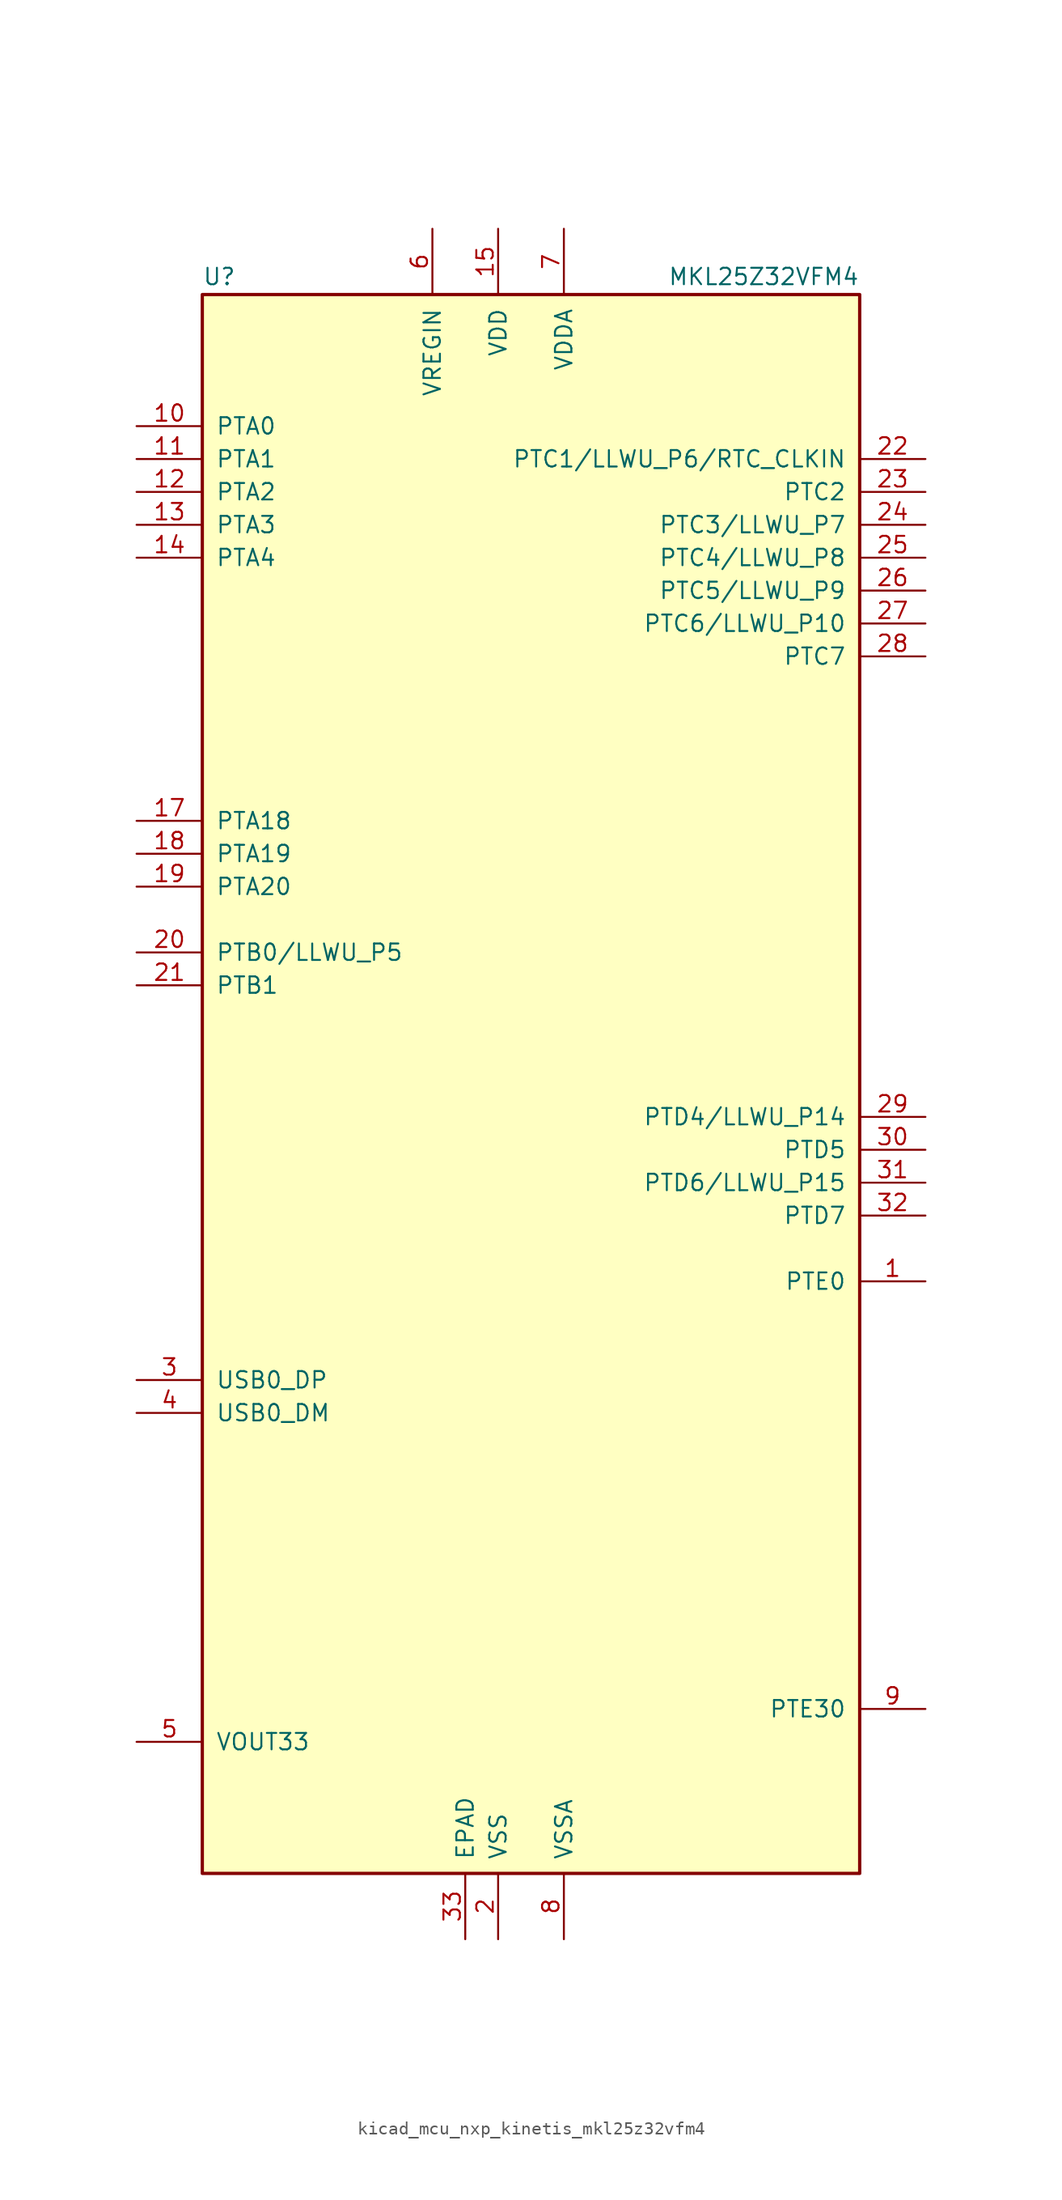
<source format=kicad_sym>
(kicad_symbol_lib
  (version 20220914)
  (generator kicad_symbol_editor)
  (symbol "kicad_mcu_nxp_kinetis_mkl25z32vfm4"
    (pin_names
      (offset 1.016))
    (property "Reference" "U"
      (at -25.4 61.595 0)
      (effects (font (size 1.27 1.27)) (justify left bottom)))
    (property "Value" "MKL25Z32VFM4"
      (at 25.4 61.595 0)
      (effects (font (size 1.27 1.27)) (justify right bottom)))
    (symbol "kicad_mcu_nxp_kinetis_mkl25z32vfm4_0_1"
      (rectangle (start -25.4 60.96) (end 25.4 -60.96) (stroke (width 0.254) (type default)) (fill (type background))))
    (symbol "kicad_mcu_nxp_kinetis_mkl25z32vfm4_1_1"
      (pin bidirectional line (at 30.48 -15.24 180) (length 5.08) (name "PTE0" (effects (font (size 1.27 1.27)))) (number "1" (effects (font (size 1.27 1.27)))))
      (pin bidirectional line (at -30.48 50.8 0) (length 5.08) (name "PTA0" (effects (font (size 1.27 1.27)))) (number "10" (effects (font (size 1.27 1.27)))))
      (pin bidirectional line (at -30.48 48.26 0) (length 5.08) (name "PTA1" (effects (font (size 1.27 1.27)))) (number "11" (effects (font (size 1.27 1.27)))))
      (pin bidirectional line (at -30.48 45.72 0) (length 5.08) (name "PTA2" (effects (font (size 1.27 1.27)))) (number "12" (effects (font (size 1.27 1.27)))))
      (pin bidirectional line (at -30.48 43.18 0) (length 5.08) (name "PTA3" (effects (font (size 1.27 1.27)))) (number "13" (effects (font (size 1.27 1.27)))))
      (pin bidirectional line (at -30.48 40.64 0) (length 5.08) (name "PTA4" (effects (font (size 1.27 1.27)))) (number "14" (effects (font (size 1.27 1.27)))))
      (pin power_in line (at -2.54 66.04 270) (length 5.08) (name "VDD" (effects (font (size 1.27 1.27)))) (number "15" (effects (font (size 1.27 1.27)))))
      (pin passive line (at -2.54 -66.04 90) (length 5.08) hide (name "VSS" (effects (font (size 1.27 1.27)))) (number "16" (effects (font (size 1.27 1.27)))))
      (pin bidirectional line (at -30.48 20.32 0) (length 5.08) (name "PTA18" (effects (font (size 1.27 1.27)))) (number "17" (effects (font (size 1.27 1.27)))))
      (pin bidirectional line (at -30.48 17.78 0) (length 5.08) (name "PTA19" (effects (font (size 1.27 1.27)))) (number "18" (effects (font (size 1.27 1.27)))))
      (pin bidirectional line (at -30.48 15.24 0) (length 5.08) (name "PTA20" (effects (font (size 1.27 1.27)))) (number "19" (effects (font (size 1.27 1.27)))))
      (pin power_in line (at -2.54 -66.04 90) (length 5.08) (name "VSS" (effects (font (size 1.27 1.27)))) (number "2" (effects (font (size 1.27 1.27)))))
      (pin bidirectional line (at -30.48 10.16 0) (length 5.08) (name "PTB0/LLWU_P5" (effects (font (size 1.27 1.27)))) (number "20" (effects (font (size 1.27 1.27)))))
      (pin bidirectional line (at -30.48 7.62 0) (length 5.08) (name "PTB1" (effects (font (size 1.27 1.27)))) (number "21" (effects (font (size 1.27 1.27)))))
      (pin bidirectional line (at 30.48 48.26 180) (length 5.08) (name "PTC1/LLWU_P6/RTC_CLKIN" (effects (font (size 1.27 1.27)))) (number "22" (effects (font (size 1.27 1.27)))))
      (pin bidirectional line (at 30.48 45.72 180) (length 5.08) (name "PTC2" (effects (font (size 1.27 1.27)))) (number "23" (effects (font (size 1.27 1.27)))))
      (pin bidirectional line (at 30.48 43.18 180) (length 5.08) (name "PTC3/LLWU_P7" (effects (font (size 1.27 1.27)))) (number "24" (effects (font (size 1.27 1.27)))))
      (pin bidirectional line (at 30.48 40.64 180) (length 5.08) (name "PTC4/LLWU_P8" (effects (font (size 1.27 1.27)))) (number "25" (effects (font (size 1.27 1.27)))))
      (pin bidirectional line (at 30.48 38.1 180) (length 5.08) (name "PTC5/LLWU_P9" (effects (font (size 1.27 1.27)))) (number "26" (effects (font (size 1.27 1.27)))))
      (pin bidirectional line (at 30.48 35.56 180) (length 5.08) (name "PTC6/LLWU_P10" (effects (font (size 1.27 1.27)))) (number "27" (effects (font (size 1.27 1.27)))))
      (pin bidirectional line (at 30.48 33.02 180) (length 5.08) (name "PTC7" (effects (font (size 1.27 1.27)))) (number "28" (effects (font (size 1.27 1.27)))))
      (pin bidirectional line (at 30.48 -2.54 180) (length 5.08) (name "PTD4/LLWU_P14" (effects (font (size 1.27 1.27)))) (number "29" (effects (font (size 1.27 1.27)))))
      (pin bidirectional line (at -30.48 -22.86 0) (length 5.08) (name "USB0_DP" (effects (font (size 1.27 1.27)))) (number "3" (effects (font (size 1.27 1.27)))))
      (pin bidirectional line (at 30.48 -5.08 180) (length 5.08) (name "PTD5" (effects (font (size 1.27 1.27)))) (number "30" (effects (font (size 1.27 1.27)))))
      (pin bidirectional line (at 30.48 -7.62 180) (length 5.08) (name "PTD6/LLWU_P15" (effects (font (size 1.27 1.27)))) (number "31" (effects (font (size 1.27 1.27)))))
      (pin bidirectional line (at 30.48 -10.16 180) (length 5.08) (name "PTD7" (effects (font (size 1.27 1.27)))) (number "32" (effects (font (size 1.27 1.27)))))
      (pin power_in line (at -5.08 -66.04 90) (length 5.08) (name "EPAD" (effects (font (size 1.27 1.27)))) (number "33" (effects (font (size 1.27 1.27)))))
      (pin bidirectional line (at -30.48 -25.4 0) (length 5.08) (name "USB0_DM" (effects (font (size 1.27 1.27)))) (number "4" (effects (font (size 1.27 1.27)))))
      (pin power_out line (at -30.48 -50.8 0) (length 5.08) (name "VOUT33" (effects (font (size 1.27 1.27)))) (number "5" (effects (font (size 1.27 1.27)))))
      (pin power_in line (at -7.62 66.04 270) (length 5.08) (name "VREGIN" (effects (font (size 1.27 1.27)))) (number "6" (effects (font (size 1.27 1.27)))))
      (pin power_in line (at 2.54 66.04 270) (length 5.08) (name "VDDA" (effects (font (size 1.27 1.27)))) (number "7" (effects (font (size 1.27 1.27)))))
      (pin power_in line (at 2.54 -66.04 90) (length 5.08) (name "VSSA" (effects (font (size 1.27 1.27)))) (number "8" (effects (font (size 1.27 1.27)))))
      (pin bidirectional line (at 30.48 -48.26 180) (length 5.08) (name "PTE30" (effects (font (size 1.27 1.27)))) (number "9" (effects (font (size 1.27 1.27))))))))
</source>
